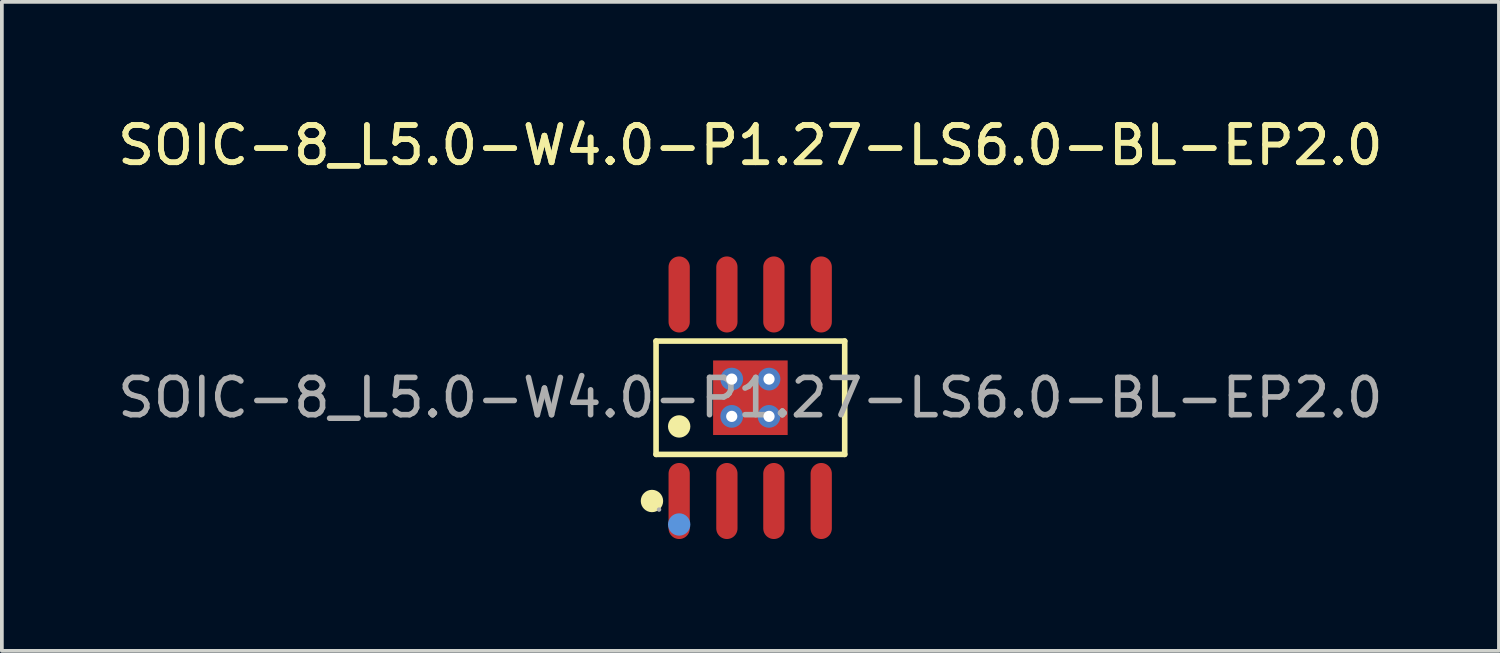
<source format=kicad_pcb>
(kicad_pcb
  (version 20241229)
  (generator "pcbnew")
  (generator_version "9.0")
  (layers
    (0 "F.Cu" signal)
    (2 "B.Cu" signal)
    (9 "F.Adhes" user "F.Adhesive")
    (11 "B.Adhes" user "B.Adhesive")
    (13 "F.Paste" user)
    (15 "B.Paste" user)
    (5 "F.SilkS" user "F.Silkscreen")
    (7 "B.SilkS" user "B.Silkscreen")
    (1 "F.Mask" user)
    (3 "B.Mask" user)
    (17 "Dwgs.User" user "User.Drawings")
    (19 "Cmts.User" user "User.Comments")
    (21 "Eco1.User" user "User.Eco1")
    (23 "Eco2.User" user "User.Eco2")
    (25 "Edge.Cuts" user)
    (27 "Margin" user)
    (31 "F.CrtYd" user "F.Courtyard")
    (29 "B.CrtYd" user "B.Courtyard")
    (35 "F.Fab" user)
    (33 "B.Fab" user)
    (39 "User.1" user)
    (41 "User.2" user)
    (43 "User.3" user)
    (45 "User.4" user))
  (footprint "SOIC-8_L5.0-W4.0-P1.27-LS6.0-BL-EP2.0"
    (layer "F.Cu")
    (at 17.077 7.618)
    (property "Reference" "SOIC-8_L5.0-W4.0-P1.27-LS6.0-BL-EP2.0" (at 0 -6.77 0) (layer "F.SilkS") (effects (font (size 1 1) (thickness 0.15))))
    (attr smd)
    (fp_line (start -2.53 -1.52) (end 2.53 -1.52) (stroke (width 0.15) (type solid)) (layer "F.SilkS"))
    (fp_line (start -2.53 1.52) (end -2.53 -1.52) (stroke (width 0.15) (type solid)) (layer "F.SilkS"))
    (fp_line (start 2.53 -1.52) (end 2.53 1.52) (stroke (width 0.15) (type solid)) (layer "F.SilkS"))
    (fp_line (start 2.53 1.52) (end -2.53 1.52) (stroke (width 0.15) (type solid)) (layer "F.SilkS"))
    (fp_circle (center -2.64 2.77) (end -2.49 2.77) (stroke (width 0.3) (type solid)) (fill no) (layer "F.SilkS"))
    (fp_circle (center -1.91 0.77) (end -1.76 0.77) (stroke (width 0.3) (type solid)) (fill no) (layer "F.SilkS"))
    (fp_circle (center -1.91 3.4) (end -1.76 3.4) (stroke (width 0.3) (type solid)) (fill no) (layer "Cmts.User"))
    (fp_circle (center -2.45 3) (end -2.42 3) (stroke (width 0.06) (type solid)) (fill no) (layer "F.Fab"))
    (fp_text user "${REFERENCE}" (at 0 -6.77 0) (layer "F.SilkS") (effects (font (size 1 1) (thickness 0.15))))
    (fp_text user "${REFERENCE}" (at 0 0 0) (layer "F.Fab") (effects (font (size 1 1) (thickness 0.15))))
    (pad "" thru_hole circle (at -0.5 -0.5) (size 0.61 0.61) (drill 0.3) (layers "*.Cu" "*.Paste" "*.Mask"))
    (pad "" thru_hole circle (at -0.5 0.5) (size 0.61 0.61) (drill 0.3) (layers "*.Cu" "*.Paste" "*.Mask"))
    (pad "" thru_hole circle (at 0.5 -0.5) (size 0.61 0.61) (drill 0.3) (layers "*.Cu" "*.Paste" "*.Mask"))
    (pad "" thru_hole circle (at 0.5 0.5) (size 0.61 0.61) (drill 0.3) (layers "*.Cu" "*.Paste" "*.Mask"))
    (pad "1" smd oval (at -1.91 2.77) (size 0.57 2.04) (layers "F.Cu" "F.Mask" "F.Paste"))
    (pad "2" smd oval (at -0.63 2.77) (size 0.57 2.04) (layers "F.Cu" "F.Mask" "F.Paste"))
    (pad "3" smd oval (at 0.63 2.77) (size 0.57 2.04) (layers "F.Cu" "F.Mask" "F.Paste"))
    (pad "4" smd oval (at 1.9 2.77) (size 0.57 2.04) (layers "F.Cu" "F.Mask" "F.Paste"))
    (pad "5" smd oval (at 1.9 -2.77) (size 0.57 2.04) (layers "F.Cu" "F.Mask" "F.Paste"))
    (pad "6" smd oval (at 0.63 -2.77) (size 0.57 2.04) (layers "F.Cu" "F.Mask" "F.Paste"))
    (pad "7" smd oval (at -0.63 -2.77) (size 0.57 2.04) (layers "F.Cu" "F.Mask" "F.Paste"))
    (pad "8" smd oval (at -1.91 -2.77) (size 0.57 2.04) (layers "F.Cu" "F.Mask" "F.Paste"))
    (pad "9" smd rect (at 0 0) (size 2 2) (layers "F.Cu" "F.Mask" "F.Paste")))
  (gr_rect
    (start -3 -3)
    (end 37.155 14.408)
    (stroke (width 0.1) (type default))
    (fill no)
    (layer "Edge.Cuts")))
</source>
